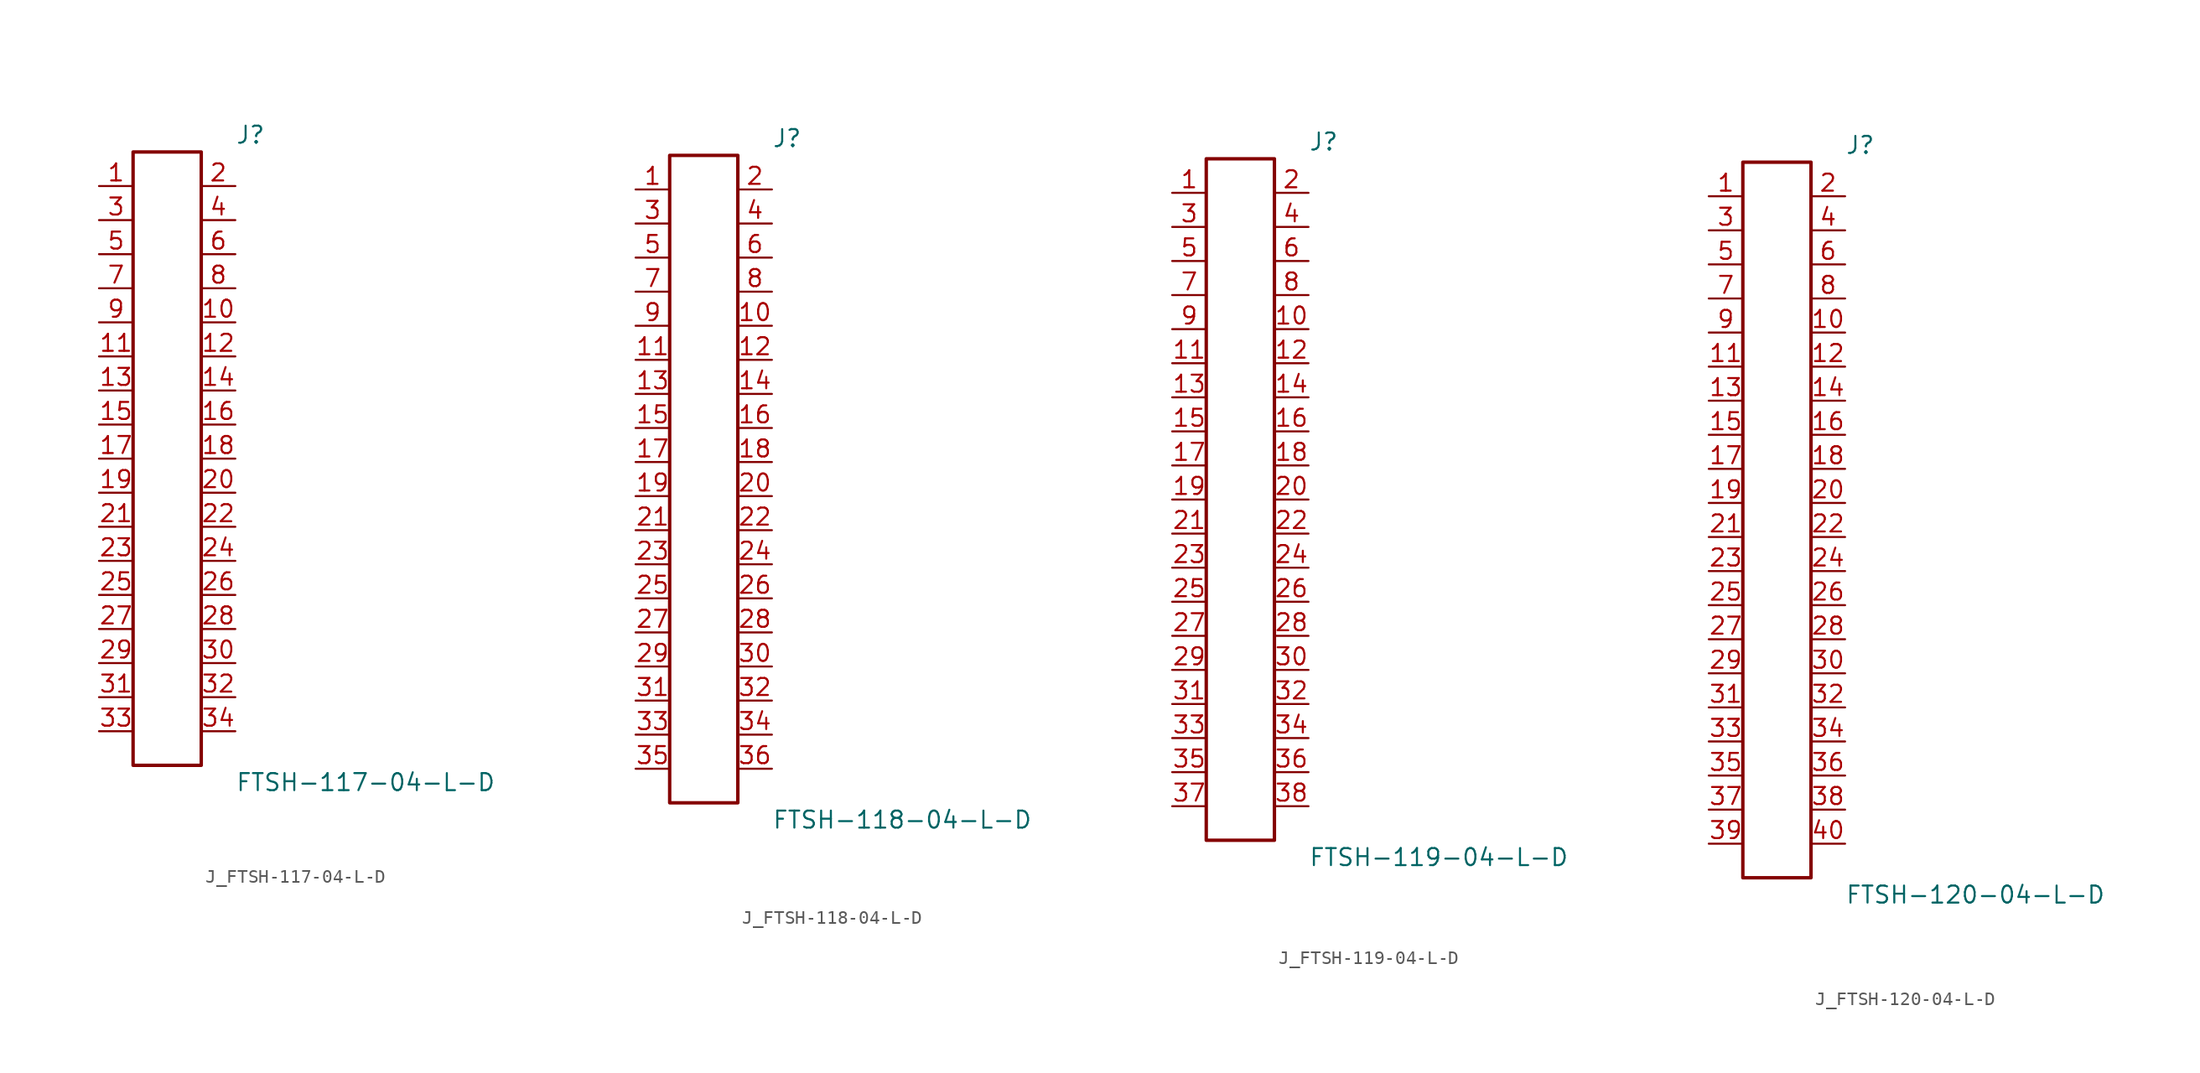
<source format=kicad_sym>
(kicad_symbol_lib
  (version 20231120)
  (generator kicad_symbol_editor)
  (generator_version 8.0)
  (symbol "J_FTSH-117-04-L-D"
    (pin_names
      (offset 0.254))
    (property "Reference" "J"
      (at 5.08 24.13 0)
      (effects (font (size 1.27 1.27)) (justify left)))
    (property "Value" "FTSH-117-04-L-D"
      (at 5.08 -24.13 0)
      (effects (font (size 1.27 1.27)) (justify left)))
    (symbol "J_FTSH-117-04-L-D_0_0"
      (pin passive line (at -5.08 20.32 0) (length 2.54) (name "" (effects (font (size 1.27 1.27)))) (number "1" (effects (font (size 1.27 1.27)))))
      (pin passive line (at 5.08 20.32 180) (length 2.54) (name "" (effects (font (size 1.27 1.27)))) (number "2" (effects (font (size 1.27 1.27)))))
      (pin passive line (at -5.08 17.78 0) (length 2.54) (name "" (effects (font (size 1.27 1.27)))) (number "3" (effects (font (size 1.27 1.27)))))
      (pin passive line (at 5.08 17.78 180) (length 2.54) (name "" (effects (font (size 1.27 1.27)))) (number "4" (effects (font (size 1.27 1.27)))))
      (pin passive line (at -5.08 15.24 0) (length 2.54) (name "" (effects (font (size 1.27 1.27)))) (number "5" (effects (font (size 1.27 1.27)))))
      (pin passive line (at 5.08 15.24 180) (length 2.54) (name "" (effects (font (size 1.27 1.27)))) (number "6" (effects (font (size 1.27 1.27)))))
      (pin passive line (at -5.08 12.7 0) (length 2.54) (name "" (effects (font (size 1.27 1.27)))) (number "7" (effects (font (size 1.27 1.27)))))
      (pin passive line (at 5.08 12.7 180) (length 2.54) (name "" (effects (font (size 1.27 1.27)))) (number "8" (effects (font (size 1.27 1.27)))))
      (pin passive line (at -5.08 10.16 0) (length 2.54) (name "" (effects (font (size 1.27 1.27)))) (number "9" (effects (font (size 1.27 1.27)))))
      (pin passive line (at 5.08 10.16 180) (length 2.54) (name "" (effects (font (size 1.27 1.27)))) (number "10" (effects (font (size 1.27 1.27)))))
      (pin passive line (at -5.08 7.62 0) (length 2.54) (name "" (effects (font (size 1.27 1.27)))) (number "11" (effects (font (size 1.27 1.27)))))
      (pin passive line (at 5.08 7.62 180) (length 2.54) (name "" (effects (font (size 1.27 1.27)))) (number "12" (effects (font (size 1.27 1.27)))))
      (pin passive line (at -5.08 5.08 0) (length 2.54) (name "" (effects (font (size 1.27 1.27)))) (number "13" (effects (font (size 1.27 1.27)))))
      (pin passive line (at 5.08 5.08 180) (length 2.54) (name "" (effects (font (size 1.27 1.27)))) (number "14" (effects (font (size 1.27 1.27)))))
      (pin passive line (at -5.08 2.54 0) (length 2.54) (name "" (effects (font (size 1.27 1.27)))) (number "15" (effects (font (size 1.27 1.27)))))
      (pin passive line (at 5.08 2.54 180) (length 2.54) (name "" (effects (font (size 1.27 1.27)))) (number "16" (effects (font (size 1.27 1.27)))))
      (pin passive line (at -5.08 0.0 0) (length 2.54) (name "" (effects (font (size 1.27 1.27)))) (number "17" (effects (font (size 1.27 1.27)))))
      (pin passive line (at 5.08 0.0 180) (length 2.54) (name "" (effects (font (size 1.27 1.27)))) (number "18" (effects (font (size 1.27 1.27)))))
      (pin passive line (at -5.08 -2.54 0) (length 2.54) (name "" (effects (font (size 1.27 1.27)))) (number "19" (effects (font (size 1.27 1.27)))))
      (pin passive line (at 5.08 -2.54 180) (length 2.54) (name "" (effects (font (size 1.27 1.27)))) (number "20" (effects (font (size 1.27 1.27)))))
      (pin passive line (at -5.08 -5.08 0) (length 2.54) (name "" (effects (font (size 1.27 1.27)))) (number "21" (effects (font (size 1.27 1.27)))))
      (pin passive line (at 5.08 -5.08 180) (length 2.54) (name "" (effects (font (size 1.27 1.27)))) (number "22" (effects (font (size 1.27 1.27)))))
      (pin passive line (at -5.08 -7.62 0) (length 2.54) (name "" (effects (font (size 1.27 1.27)))) (number "23" (effects (font (size 1.27 1.27)))))
      (pin passive line (at 5.08 -7.62 180) (length 2.54) (name "" (effects (font (size 1.27 1.27)))) (number "24" (effects (font (size 1.27 1.27)))))
      (pin passive line (at -5.08 -10.16 0) (length 2.54) (name "" (effects (font (size 1.27 1.27)))) (number "25" (effects (font (size 1.27 1.27)))))
      (pin passive line (at 5.08 -10.16 180) (length 2.54) (name "" (effects (font (size 1.27 1.27)))) (number "26" (effects (font (size 1.27 1.27)))))
      (pin passive line (at -5.08 -12.7 0) (length 2.54) (name "" (effects (font (size 1.27 1.27)))) (number "27" (effects (font (size 1.27 1.27)))))
      (pin passive line (at 5.08 -12.7 180) (length 2.54) (name "" (effects (font (size 1.27 1.27)))) (number "28" (effects (font (size 1.27 1.27)))))
      (pin passive line (at -5.08 -15.24 0) (length 2.54) (name "" (effects (font (size 1.27 1.27)))) (number "29" (effects (font (size 1.27 1.27)))))
      (pin passive line (at 5.08 -15.24 180) (length 2.54) (name "" (effects (font (size 1.27 1.27)))) (number "30" (effects (font (size 1.27 1.27)))))
      (pin passive line (at -5.08 -17.78 0) (length 2.54) (name "" (effects (font (size 1.27 1.27)))) (number "31" (effects (font (size 1.27 1.27)))))
      (pin passive line (at 5.08 -17.78 180) (length 2.54) (name "" (effects (font (size 1.27 1.27)))) (number "32" (effects (font (size 1.27 1.27)))))
      (pin passive line (at -5.08 -20.32 0) (length 2.54) (name "" (effects (font (size 1.27 1.27)))) (number "33" (effects (font (size 1.27 1.27)))))
      (pin passive line (at 5.08 -20.32 180) (length 2.54) (name "" (effects (font (size 1.27 1.27)))) (number "34" (effects (font (size 1.27 1.27))))))
    (symbol "J_FTSH-117-04-L-D_1_0"
      (rectangle (start -2.54 22.86) (end 2.54 -22.86) (stroke (width 0.254) (type solid)) (fill (type none)))))
  (symbol "J_FTSH-118-04-L-D"
    (pin_names
      (offset 0.254))
    (property "Reference" "J"
      (at 5.08 25.4 0)
      (effects (font (size 1.27 1.27)) (justify left)))
    (property "Value" "FTSH-118-04-L-D"
      (at 5.08 -25.4 0)
      (effects (font (size 1.27 1.27)) (justify left)))
    (symbol "J_FTSH-118-04-L-D_0_0"
      (pin passive line (at -5.08 21.59 0) (length 2.54) (name "" (effects (font (size 1.27 1.27)))) (number "1" (effects (font (size 1.27 1.27)))))
      (pin passive line (at 5.08 21.59 180) (length 2.54) (name "" (effects (font (size 1.27 1.27)))) (number "2" (effects (font (size 1.27 1.27)))))
      (pin passive line (at -5.08 19.05 0) (length 2.54) (name "" (effects (font (size 1.27 1.27)))) (number "3" (effects (font (size 1.27 1.27)))))
      (pin passive line (at 5.08 19.05 180) (length 2.54) (name "" (effects (font (size 1.27 1.27)))) (number "4" (effects (font (size 1.27 1.27)))))
      (pin passive line (at -5.08 16.51 0) (length 2.54) (name "" (effects (font (size 1.27 1.27)))) (number "5" (effects (font (size 1.27 1.27)))))
      (pin passive line (at 5.08 16.51 180) (length 2.54) (name "" (effects (font (size 1.27 1.27)))) (number "6" (effects (font (size 1.27 1.27)))))
      (pin passive line (at -5.08 13.97 0) (length 2.54) (name "" (effects (font (size 1.27 1.27)))) (number "7" (effects (font (size 1.27 1.27)))))
      (pin passive line (at 5.08 13.97 180) (length 2.54) (name "" (effects (font (size 1.27 1.27)))) (number "8" (effects (font (size 1.27 1.27)))))
      (pin passive line (at -5.08 11.43 0) (length 2.54) (name "" (effects (font (size 1.27 1.27)))) (number "9" (effects (font (size 1.27 1.27)))))
      (pin passive line (at 5.08 11.43 180) (length 2.54) (name "" (effects (font (size 1.27 1.27)))) (number "10" (effects (font (size 1.27 1.27)))))
      (pin passive line (at -5.08 8.89 0) (length 2.54) (name "" (effects (font (size 1.27 1.27)))) (number "11" (effects (font (size 1.27 1.27)))))
      (pin passive line (at 5.08 8.89 180) (length 2.54) (name "" (effects (font (size 1.27 1.27)))) (number "12" (effects (font (size 1.27 1.27)))))
      (pin passive line (at -5.08 6.35 0) (length 2.54) (name "" (effects (font (size 1.27 1.27)))) (number "13" (effects (font (size 1.27 1.27)))))
      (pin passive line (at 5.08 6.35 180) (length 2.54) (name "" (effects (font (size 1.27 1.27)))) (number "14" (effects (font (size 1.27 1.27)))))
      (pin passive line (at -5.08 3.81 0) (length 2.54) (name "" (effects (font (size 1.27 1.27)))) (number "15" (effects (font (size 1.27 1.27)))))
      (pin passive line (at 5.08 3.81 180) (length 2.54) (name "" (effects (font (size 1.27 1.27)))) (number "16" (effects (font (size 1.27 1.27)))))
      (pin passive line (at -5.08 1.27 0) (length 2.54) (name "" (effects (font (size 1.27 1.27)))) (number "17" (effects (font (size 1.27 1.27)))))
      (pin passive line (at 5.08 1.27 180) (length 2.54) (name "" (effects (font (size 1.27 1.27)))) (number "18" (effects (font (size 1.27 1.27)))))
      (pin passive line (at -5.08 -1.27 0) (length 2.54) (name "" (effects (font (size 1.27 1.27)))) (number "19" (effects (font (size 1.27 1.27)))))
      (pin passive line (at 5.08 -1.27 180) (length 2.54) (name "" (effects (font (size 1.27 1.27)))) (number "20" (effects (font (size 1.27 1.27)))))
      (pin passive line (at -5.08 -3.81 0) (length 2.54) (name "" (effects (font (size 1.27 1.27)))) (number "21" (effects (font (size 1.27 1.27)))))
      (pin passive line (at 5.08 -3.81 180) (length 2.54) (name "" (effects (font (size 1.27 1.27)))) (number "22" (effects (font (size 1.27 1.27)))))
      (pin passive line (at -5.08 -6.35 0) (length 2.54) (name "" (effects (font (size 1.27 1.27)))) (number "23" (effects (font (size 1.27 1.27)))))
      (pin passive line (at 5.08 -6.35 180) (length 2.54) (name "" (effects (font (size 1.27 1.27)))) (number "24" (effects (font (size 1.27 1.27)))))
      (pin passive line (at -5.08 -8.89 0) (length 2.54) (name "" (effects (font (size 1.27 1.27)))) (number "25" (effects (font (size 1.27 1.27)))))
      (pin passive line (at 5.08 -8.89 180) (length 2.54) (name "" (effects (font (size 1.27 1.27)))) (number "26" (effects (font (size 1.27 1.27)))))
      (pin passive line (at -5.08 -11.43 0) (length 2.54) (name "" (effects (font (size 1.27 1.27)))) (number "27" (effects (font (size 1.27 1.27)))))
      (pin passive line (at 5.08 -11.43 180) (length 2.54) (name "" (effects (font (size 1.27 1.27)))) (number "28" (effects (font (size 1.27 1.27)))))
      (pin passive line (at -5.08 -13.97 0) (length 2.54) (name "" (effects (font (size 1.27 1.27)))) (number "29" (effects (font (size 1.27 1.27)))))
      (pin passive line (at 5.08 -13.97 180) (length 2.54) (name "" (effects (font (size 1.27 1.27)))) (number "30" (effects (font (size 1.27 1.27)))))
      (pin passive line (at -5.08 -16.51 0) (length 2.54) (name "" (effects (font (size 1.27 1.27)))) (number "31" (effects (font (size 1.27 1.27)))))
      (pin passive line (at 5.08 -16.51 180) (length 2.54) (name "" (effects (font (size 1.27 1.27)))) (number "32" (effects (font (size 1.27 1.27)))))
      (pin passive line (at -5.08 -19.05 0) (length 2.54) (name "" (effects (font (size 1.27 1.27)))) (number "33" (effects (font (size 1.27 1.27)))))
      (pin passive line (at 5.08 -19.05 180) (length 2.54) (name "" (effects (font (size 1.27 1.27)))) (number "34" (effects (font (size 1.27 1.27)))))
      (pin passive line (at -5.08 -21.59 0) (length 2.54) (name "" (effects (font (size 1.27 1.27)))) (number "35" (effects (font (size 1.27 1.27)))))
      (pin passive line (at 5.08 -21.59 180) (length 2.54) (name "" (effects (font (size 1.27 1.27)))) (number "36" (effects (font (size 1.27 1.27))))))
    (symbol "J_FTSH-118-04-L-D_1_0"
      (rectangle (start -2.54 24.13) (end 2.54 -24.13) (stroke (width 0.254) (type solid)) (fill (type none)))))
  (symbol "J_FTSH-119-04-L-D"
    (pin_names
      (offset 0.254))
    (property "Reference" "J"
      (at 5.08 26.67 0)
      (effects (font (size 1.27 1.27)) (justify left)))
    (property "Value" "FTSH-119-04-L-D"
      (at 5.08 -26.67 0)
      (effects (font (size 1.27 1.27)) (justify left)))
    (symbol "J_FTSH-119-04-L-D_0_0"
      (pin passive line (at -5.08 22.86 0) (length 2.54) (name "" (effects (font (size 1.27 1.27)))) (number "1" (effects (font (size 1.27 1.27)))))
      (pin passive line (at 5.08 22.86 180) (length 2.54) (name "" (effects (font (size 1.27 1.27)))) (number "2" (effects (font (size 1.27 1.27)))))
      (pin passive line (at -5.08 20.32 0) (length 2.54) (name "" (effects (font (size 1.27 1.27)))) (number "3" (effects (font (size 1.27 1.27)))))
      (pin passive line (at 5.08 20.32 180) (length 2.54) (name "" (effects (font (size 1.27 1.27)))) (number "4" (effects (font (size 1.27 1.27)))))
      (pin passive line (at -5.08 17.78 0) (length 2.54) (name "" (effects (font (size 1.27 1.27)))) (number "5" (effects (font (size 1.27 1.27)))))
      (pin passive line (at 5.08 17.78 180) (length 2.54) (name "" (effects (font (size 1.27 1.27)))) (number "6" (effects (font (size 1.27 1.27)))))
      (pin passive line (at -5.08 15.24 0) (length 2.54) (name "" (effects (font (size 1.27 1.27)))) (number "7" (effects (font (size 1.27 1.27)))))
      (pin passive line (at 5.08 15.24 180) (length 2.54) (name "" (effects (font (size 1.27 1.27)))) (number "8" (effects (font (size 1.27 1.27)))))
      (pin passive line (at -5.08 12.7 0) (length 2.54) (name "" (effects (font (size 1.27 1.27)))) (number "9" (effects (font (size 1.27 1.27)))))
      (pin passive line (at 5.08 12.7 180) (length 2.54) (name "" (effects (font (size 1.27 1.27)))) (number "10" (effects (font (size 1.27 1.27)))))
      (pin passive line (at -5.08 10.16 0) (length 2.54) (name "" (effects (font (size 1.27 1.27)))) (number "11" (effects (font (size 1.27 1.27)))))
      (pin passive line (at 5.08 10.16 180) (length 2.54) (name "" (effects (font (size 1.27 1.27)))) (number "12" (effects (font (size 1.27 1.27)))))
      (pin passive line (at -5.08 7.62 0) (length 2.54) (name "" (effects (font (size 1.27 1.27)))) (number "13" (effects (font (size 1.27 1.27)))))
      (pin passive line (at 5.08 7.62 180) (length 2.54) (name "" (effects (font (size 1.27 1.27)))) (number "14" (effects (font (size 1.27 1.27)))))
      (pin passive line (at -5.08 5.08 0) (length 2.54) (name "" (effects (font (size 1.27 1.27)))) (number "15" (effects (font (size 1.27 1.27)))))
      (pin passive line (at 5.08 5.08 180) (length 2.54) (name "" (effects (font (size 1.27 1.27)))) (number "16" (effects (font (size 1.27 1.27)))))
      (pin passive line (at -5.08 2.54 0) (length 2.54) (name "" (effects (font (size 1.27 1.27)))) (number "17" (effects (font (size 1.27 1.27)))))
      (pin passive line (at 5.08 2.54 180) (length 2.54) (name "" (effects (font (size 1.27 1.27)))) (number "18" (effects (font (size 1.27 1.27)))))
      (pin passive line (at -5.08 0.0 0) (length 2.54) (name "" (effects (font (size 1.27 1.27)))) (number "19" (effects (font (size 1.27 1.27)))))
      (pin passive line (at 5.08 0.0 180) (length 2.54) (name "" (effects (font (size 1.27 1.27)))) (number "20" (effects (font (size 1.27 1.27)))))
      (pin passive line (at -5.08 -2.54 0) (length 2.54) (name "" (effects (font (size 1.27 1.27)))) (number "21" (effects (font (size 1.27 1.27)))))
      (pin passive line (at 5.08 -2.54 180) (length 2.54) (name "" (effects (font (size 1.27 1.27)))) (number "22" (effects (font (size 1.27 1.27)))))
      (pin passive line (at -5.08 -5.08 0) (length 2.54) (name "" (effects (font (size 1.27 1.27)))) (number "23" (effects (font (size 1.27 1.27)))))
      (pin passive line (at 5.08 -5.08 180) (length 2.54) (name "" (effects (font (size 1.27 1.27)))) (number "24" (effects (font (size 1.27 1.27)))))
      (pin passive line (at -5.08 -7.62 0) (length 2.54) (name "" (effects (font (size 1.27 1.27)))) (number "25" (effects (font (size 1.27 1.27)))))
      (pin passive line (at 5.08 -7.62 180) (length 2.54) (name "" (effects (font (size 1.27 1.27)))) (number "26" (effects (font (size 1.27 1.27)))))
      (pin passive line (at -5.08 -10.16 0) (length 2.54) (name "" (effects (font (size 1.27 1.27)))) (number "27" (effects (font (size 1.27 1.27)))))
      (pin passive line (at 5.08 -10.16 180) (length 2.54) (name "" (effects (font (size 1.27 1.27)))) (number "28" (effects (font (size 1.27 1.27)))))
      (pin passive line (at -5.08 -12.7 0) (length 2.54) (name "" (effects (font (size 1.27 1.27)))) (number "29" (effects (font (size 1.27 1.27)))))
      (pin passive line (at 5.08 -12.7 180) (length 2.54) (name "" (effects (font (size 1.27 1.27)))) (number "30" (effects (font (size 1.27 1.27)))))
      (pin passive line (at -5.08 -15.24 0) (length 2.54) (name "" (effects (font (size 1.27 1.27)))) (number "31" (effects (font (size 1.27 1.27)))))
      (pin passive line (at 5.08 -15.24 180) (length 2.54) (name "" (effects (font (size 1.27 1.27)))) (number "32" (effects (font (size 1.27 1.27)))))
      (pin passive line (at -5.08 -17.78 0) (length 2.54) (name "" (effects (font (size 1.27 1.27)))) (number "33" (effects (font (size 1.27 1.27)))))
      (pin passive line (at 5.08 -17.78 180) (length 2.54) (name "" (effects (font (size 1.27 1.27)))) (number "34" (effects (font (size 1.27 1.27)))))
      (pin passive line (at -5.08 -20.32 0) (length 2.54) (name "" (effects (font (size 1.27 1.27)))) (number "35" (effects (font (size 1.27 1.27)))))
      (pin passive line (at 5.08 -20.32 180) (length 2.54) (name "" (effects (font (size 1.27 1.27)))) (number "36" (effects (font (size 1.27 1.27)))))
      (pin passive line (at -5.08 -22.86 0) (length 2.54) (name "" (effects (font (size 1.27 1.27)))) (number "37" (effects (font (size 1.27 1.27)))))
      (pin passive line (at 5.08 -22.86 180) (length 2.54) (name "" (effects (font (size 1.27 1.27)))) (number "38" (effects (font (size 1.27 1.27))))))
    (symbol "J_FTSH-119-04-L-D_1_0"
      (rectangle (start -2.54 25.4) (end 2.54 -25.4) (stroke (width 0.254) (type solid)) (fill (type none)))))
  (symbol "J_FTSH-120-04-L-D"
    (pin_names
      (offset 0.254))
    (property "Reference" "J"
      (at 5.08 27.94 0)
      (effects (font (size 1.27 1.27)) (justify left)))
    (property "Value" "FTSH-120-04-L-D"
      (at 5.08 -27.94 0)
      (effects (font (size 1.27 1.27)) (justify left)))
    (symbol "J_FTSH-120-04-L-D_0_0"
      (pin passive line (at -5.08 24.13 0) (length 2.54) (name "" (effects (font (size 1.27 1.27)))) (number "1" (effects (font (size 1.27 1.27)))))
      (pin passive line (at 5.08 24.13 180) (length 2.54) (name "" (effects (font (size 1.27 1.27)))) (number "2" (effects (font (size 1.27 1.27)))))
      (pin passive line (at -5.08 21.59 0) (length 2.54) (name "" (effects (font (size 1.27 1.27)))) (number "3" (effects (font (size 1.27 1.27)))))
      (pin passive line (at 5.08 21.59 180) (length 2.54) (name "" (effects (font (size 1.27 1.27)))) (number "4" (effects (font (size 1.27 1.27)))))
      (pin passive line (at -5.08 19.05 0) (length 2.54) (name "" (effects (font (size 1.27 1.27)))) (number "5" (effects (font (size 1.27 1.27)))))
      (pin passive line (at 5.08 19.05 180) (length 2.54) (name "" (effects (font (size 1.27 1.27)))) (number "6" (effects (font (size 1.27 1.27)))))
      (pin passive line (at -5.08 16.51 0) (length 2.54) (name "" (effects (font (size 1.27 1.27)))) (number "7" (effects (font (size 1.27 1.27)))))
      (pin passive line (at 5.08 16.51 180) (length 2.54) (name "" (effects (font (size 1.27 1.27)))) (number "8" (effects (font (size 1.27 1.27)))))
      (pin passive line (at -5.08 13.97 0) (length 2.54) (name "" (effects (font (size 1.27 1.27)))) (number "9" (effects (font (size 1.27 1.27)))))
      (pin passive line (at 5.08 13.97 180) (length 2.54) (name "" (effects (font (size 1.27 1.27)))) (number "10" (effects (font (size 1.27 1.27)))))
      (pin passive line (at -5.08 11.43 0) (length 2.54) (name "" (effects (font (size 1.27 1.27)))) (number "11" (effects (font (size 1.27 1.27)))))
      (pin passive line (at 5.08 11.43 180) (length 2.54) (name "" (effects (font (size 1.27 1.27)))) (number "12" (effects (font (size 1.27 1.27)))))
      (pin passive line (at -5.08 8.89 0) (length 2.54) (name "" (effects (font (size 1.27 1.27)))) (number "13" (effects (font (size 1.27 1.27)))))
      (pin passive line (at 5.08 8.89 180) (length 2.54) (name "" (effects (font (size 1.27 1.27)))) (number "14" (effects (font (size 1.27 1.27)))))
      (pin passive line (at -5.08 6.35 0) (length 2.54) (name "" (effects (font (size 1.27 1.27)))) (number "15" (effects (font (size 1.27 1.27)))))
      (pin passive line (at 5.08 6.35 180) (length 2.54) (name "" (effects (font (size 1.27 1.27)))) (number "16" (effects (font (size 1.27 1.27)))))
      (pin passive line (at -5.08 3.81 0) (length 2.54) (name "" (effects (font (size 1.27 1.27)))) (number "17" (effects (font (size 1.27 1.27)))))
      (pin passive line (at 5.08 3.81 180) (length 2.54) (name "" (effects (font (size 1.27 1.27)))) (number "18" (effects (font (size 1.27 1.27)))))
      (pin passive line (at -5.08 1.27 0) (length 2.54) (name "" (effects (font (size 1.27 1.27)))) (number "19" (effects (font (size 1.27 1.27)))))
      (pin passive line (at 5.08 1.27 180) (length 2.54) (name "" (effects (font (size 1.27 1.27)))) (number "20" (effects (font (size 1.27 1.27)))))
      (pin passive line (at -5.08 -1.27 0) (length 2.54) (name "" (effects (font (size 1.27 1.27)))) (number "21" (effects (font (size 1.27 1.27)))))
      (pin passive line (at 5.08 -1.27 180) (length 2.54) (name "" (effects (font (size 1.27 1.27)))) (number "22" (effects (font (size 1.27 1.27)))))
      (pin passive line (at -5.08 -3.81 0) (length 2.54) (name "" (effects (font (size 1.27 1.27)))) (number "23" (effects (font (size 1.27 1.27)))))
      (pin passive line (at 5.08 -3.81 180) (length 2.54) (name "" (effects (font (size 1.27 1.27)))) (number "24" (effects (font (size 1.27 1.27)))))
      (pin passive line (at -5.08 -6.35 0) (length 2.54) (name "" (effects (font (size 1.27 1.27)))) (number "25" (effects (font (size 1.27 1.27)))))
      (pin passive line (at 5.08 -6.35 180) (length 2.54) (name "" (effects (font (size 1.27 1.27)))) (number "26" (effects (font (size 1.27 1.27)))))
      (pin passive line (at -5.08 -8.89 0) (length 2.54) (name "" (effects (font (size 1.27 1.27)))) (number "27" (effects (font (size 1.27 1.27)))))
      (pin passive line (at 5.08 -8.89 180) (length 2.54) (name "" (effects (font (size 1.27 1.27)))) (number "28" (effects (font (size 1.27 1.27)))))
      (pin passive line (at -5.08 -11.43 0) (length 2.54) (name "" (effects (font (size 1.27 1.27)))) (number "29" (effects (font (size 1.27 1.27)))))
      (pin passive line (at 5.08 -11.43 180) (length 2.54) (name "" (effects (font (size 1.27 1.27)))) (number "30" (effects (font (size 1.27 1.27)))))
      (pin passive line (at -5.08 -13.97 0) (length 2.54) (name "" (effects (font (size 1.27 1.27)))) (number "31" (effects (font (size 1.27 1.27)))))
      (pin passive line (at 5.08 -13.97 180) (length 2.54) (name "" (effects (font (size 1.27 1.27)))) (number "32" (effects (font (size 1.27 1.27)))))
      (pin passive line (at -5.08 -16.51 0) (length 2.54) (name "" (effects (font (size 1.27 1.27)))) (number "33" (effects (font (size 1.27 1.27)))))
      (pin passive line (at 5.08 -16.51 180) (length 2.54) (name "" (effects (font (size 1.27 1.27)))) (number "34" (effects (font (size 1.27 1.27)))))
      (pin passive line (at -5.08 -19.05 0) (length 2.54) (name "" (effects (font (size 1.27 1.27)))) (number "35" (effects (font (size 1.27 1.27)))))
      (pin passive line (at 5.08 -19.05 180) (length 2.54) (name "" (effects (font (size 1.27 1.27)))) (number "36" (effects (font (size 1.27 1.27)))))
      (pin passive line (at -5.08 -21.59 0) (length 2.54) (name "" (effects (font (size 1.27 1.27)))) (number "37" (effects (font (size 1.27 1.27)))))
      (pin passive line (at 5.08 -21.59 180) (length 2.54) (name "" (effects (font (size 1.27 1.27)))) (number "38" (effects (font (size 1.27 1.27)))))
      (pin passive line (at -5.08 -24.13 0) (length 2.54) (name "" (effects (font (size 1.27 1.27)))) (number "39" (effects (font (size 1.27 1.27)))))
      (pin passive line (at 5.08 -24.13 180) (length 2.54) (name "" (effects (font (size 1.27 1.27)))) (number "40" (effects (font (size 1.27 1.27))))))
    (symbol "J_FTSH-120-04-L-D_1_0"
      (rectangle (start -2.54 26.67) (end 2.54 -26.67) (stroke (width 0.254) (type solid)) (fill (type none))))))
</source>
